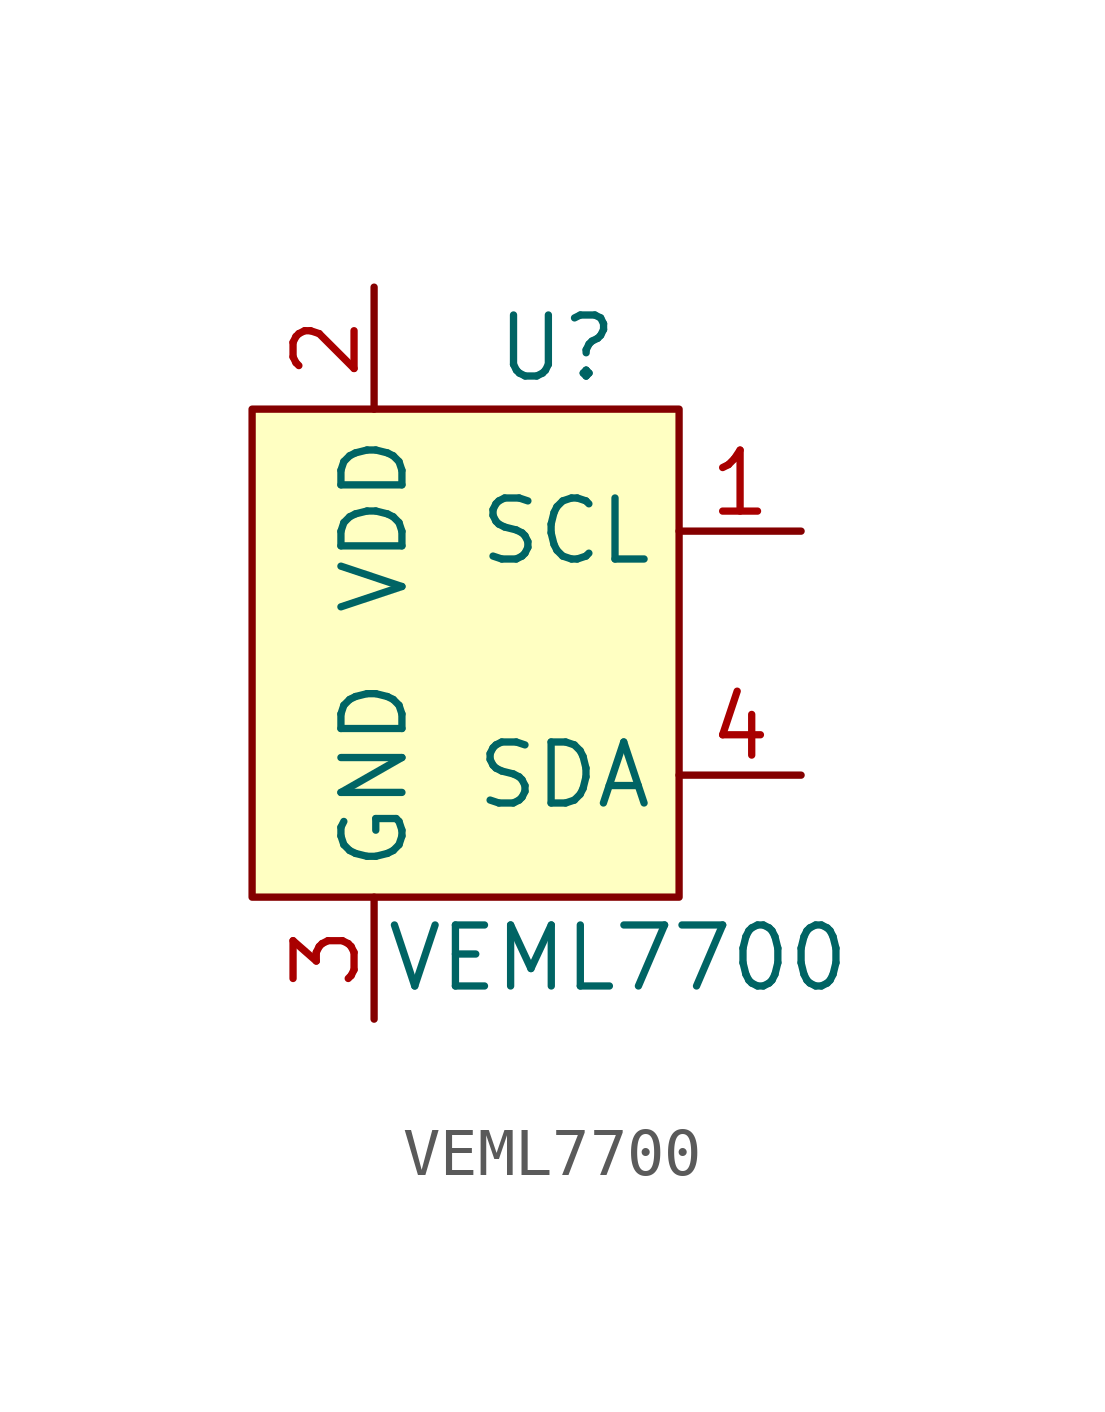
<source format=kicad_sym>
(kicad_symbol_lib
  (version 20211014)
  (generator kicad_symbol_editor)
  (symbol "VEML7700"
    (property "Reference" "U"
      (at 2.54 6.35 0)
      (effects (font (size 1.27 1.27))))
    (property "Value" "VEML7700"
      (at 3.81 -6.35 0)
      (effects (font (size 1.27 1.27))))
    (symbol "VEML7700_0_1"
      (rectangle (start -3.81 5.08) (end 5.08 -5.08) (stroke (width 0) (type default) (color 0 0 0 0)) (fill (type background))))
    (symbol "VEML7700_1_1"
      (pin passive line (at 7.62 2.54 180) (length 2.54) (name "SCL" (effects (font (size 1.27 1.27)))) (number "1" (effects (font (size 1.27 1.27)))))
      (pin power_in line (at -1.27 7.62 270) (length 2.54) (name "VDD" (effects (font (size 1.27 1.27)))) (number "2" (effects (font (size 1.27 1.27)))))
      (pin passive line (at -1.27 -7.62 90) (length 2.54) (name "GND" (effects (font (size 1.27 1.27)))) (number "3" (effects (font (size 1.27 1.27)))))
      (pin passive line (at 7.62 -2.54 180) (length 2.54) (name "SDA" (effects (font (size 1.27 1.27)))) (number "4" (effects (font (size 1.27 1.27))))))))
</source>
